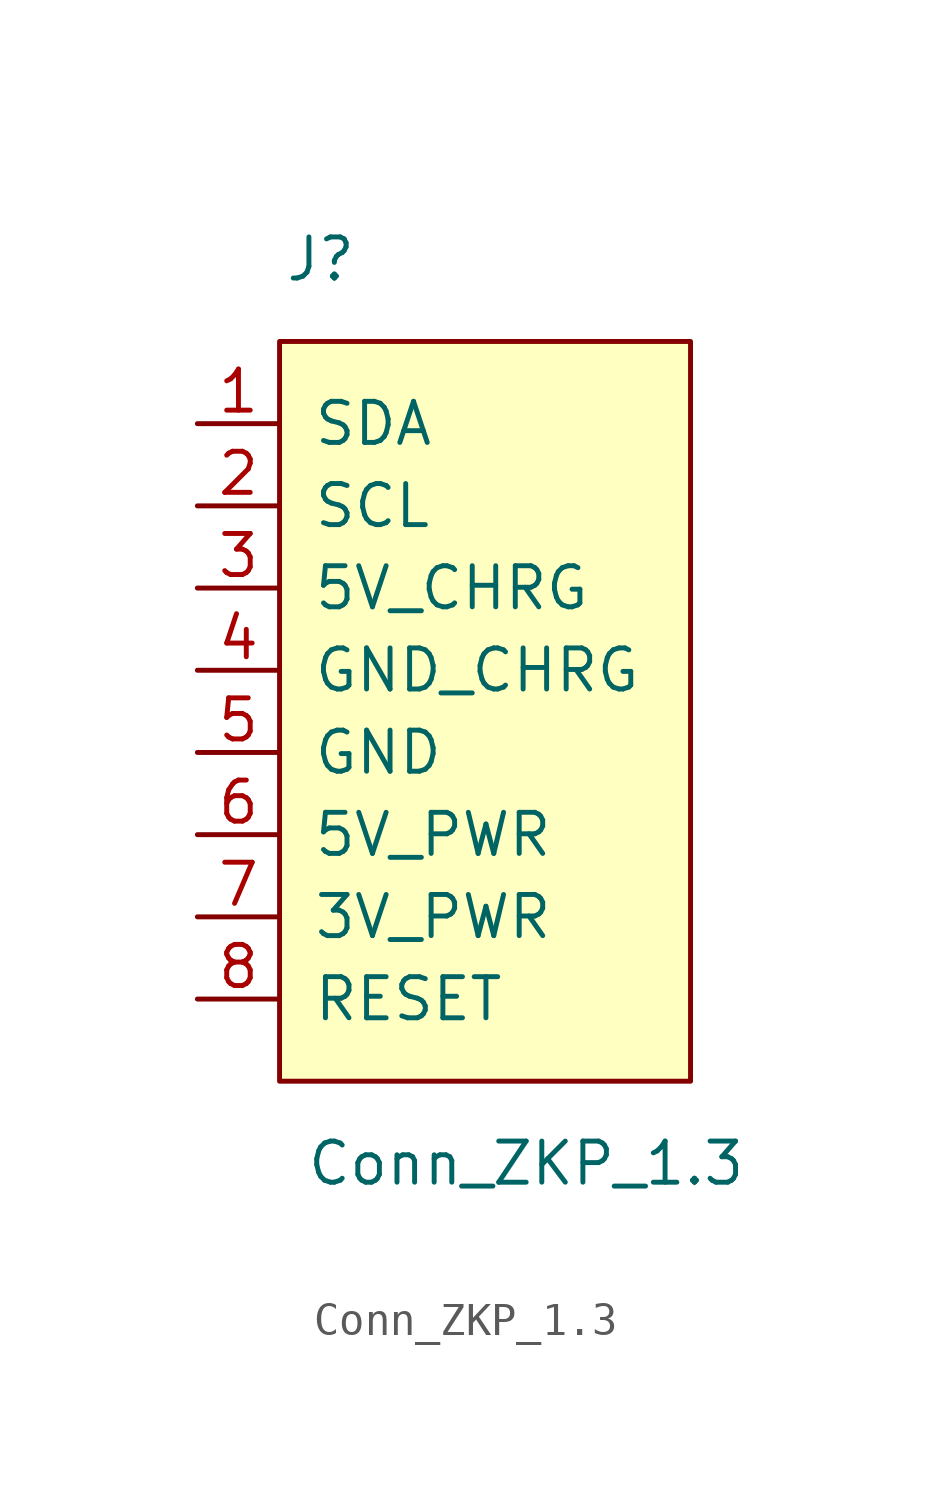
<source format=kicad_sym>
(kicad_symbol_lib
  (version 20211014)
  (generator kicad_symbol_editor)
  (symbol "Conn_ZKP_1.3"
    (pin_names
      (offset 1.016))
    (property "Reference" "J"
      (at -5.08 13.97 0)
      (effects (font (size 1.27 1.27))))
    (property "Value" "Conn_ZKP_1.3"
      (at 1.27 -13.97 0)
      (effects (font (size 1.27 1.27))))
    (symbol "Conn_ZKP_1.3_0_1"
      (rectangle (start -6.35 11.43) (end 6.35 -11.43) (stroke (width 0) (type default) (color 0 0 0 0)) (fill (type background))))
    (symbol "Conn_ZKP_1.3_1_1"
      (pin bidirectional line (at -8.89 8.89 0) (length 2.54) (name "SDA" (effects (font (size 1.27 1.27)))) (number "1" (effects (font (size 1.27 1.27)))))
      (pin bidirectional line (at -8.89 6.35 0) (length 2.54) (name "SCL" (effects (font (size 1.27 1.27)))) (number "2" (effects (font (size 1.27 1.27)))))
      (pin power_out line (at -8.89 3.81 0) (length 2.54) (name "5V_CHRG" (effects (font (size 1.27 1.27)))) (number "3" (effects (font (size 1.27 1.27)))))
      (pin passive line (at -8.89 1.27 0) (length 2.54) (name "GND_CHRG" (effects (font (size 1.27 1.27)))) (number "4" (effects (font (size 1.27 1.27)))))
      (pin passive line (at -8.89 -1.27 0) (length 2.54) (name "GND" (effects (font (size 1.27 1.27)))) (number "5" (effects (font (size 1.27 1.27)))))
      (pin passive line (at -8.89 -3.81 0) (length 2.54) (name "5V_PWR" (effects (font (size 1.27 1.27)))) (number "6" (effects (font (size 1.27 1.27)))))
      (pin passive line (at -8.89 -6.35 0) (length 2.54) (name "3V_PWR" (effects (font (size 1.27 1.27)))) (number "7" (effects (font (size 1.27 1.27)))))
      (pin output line (at -8.89 -8.89 0) (length 2.54) (name "RESET" (effects (font (size 1.27 1.27)))) (number "8" (effects (font (size 1.27 1.27))))))))
</source>
